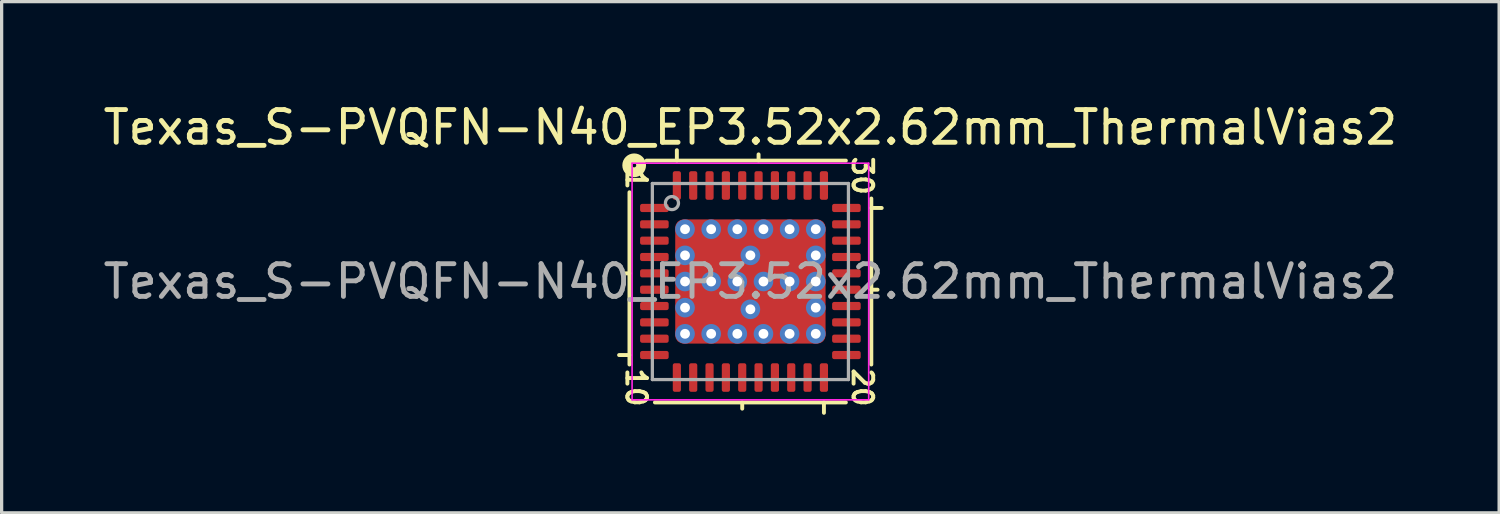
<source format=kicad_pcb>
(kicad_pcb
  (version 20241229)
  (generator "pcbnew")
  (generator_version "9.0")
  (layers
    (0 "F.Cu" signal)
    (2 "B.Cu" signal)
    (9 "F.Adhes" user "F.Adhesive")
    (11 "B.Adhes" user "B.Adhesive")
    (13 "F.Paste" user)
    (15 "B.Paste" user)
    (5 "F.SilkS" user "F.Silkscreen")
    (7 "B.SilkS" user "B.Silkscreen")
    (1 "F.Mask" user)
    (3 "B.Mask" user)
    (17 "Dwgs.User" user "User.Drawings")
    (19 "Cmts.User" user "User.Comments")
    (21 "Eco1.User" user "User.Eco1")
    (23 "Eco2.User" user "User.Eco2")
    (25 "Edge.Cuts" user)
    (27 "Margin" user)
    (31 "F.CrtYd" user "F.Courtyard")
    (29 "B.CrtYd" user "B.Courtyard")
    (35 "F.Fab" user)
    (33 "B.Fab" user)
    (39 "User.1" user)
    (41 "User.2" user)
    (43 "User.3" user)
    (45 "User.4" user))
  (footprint "Texas_S-PVQFN-N40_EP3.52x2.62mm_ThermalVias2"
    (layer "F.Cu")
    (at 19.911 5.564)
    (property "Reference" "Texas_S-PVQFN-N40_EP3.52x2.62mm_ThermalVias2" (at 0 -4.716 0) (layer "F.SilkS") (effects (font (size 1 1) (thickness 0.15))))
    (attr smd)
    (fp_line (start -3.7 -2.731) (end -3.7 2.54) (stroke (width 0.12) (type solid)) (layer "F.SilkS"))
    (fp_line (start -3.7 -0.25) (end -3.89 -0.25) (stroke (width 0.12) (type solid)) (layer "F.SilkS"))
    (fp_line (start -3.7 2.25) (end -4.018 2.25) (stroke (width 0.12) (type solid)) (layer "F.SilkS"))
    (fp_line (start -2.921 3.7) (end 2.921 3.7) (stroke (width 0.12) (type solid)) (layer "F.SilkS"))
    (fp_line (start -2.25 -3.7) (end -2.25 -4.018) (stroke (width 0.12) (type solid)) (layer "F.SilkS"))
    (fp_line (start -0.25 3.7) (end -0.25 3.89) (stroke (width 0.12) (type solid)) (layer "F.SilkS"))
    (fp_line (start 0.25 -3.7) (end 0.25 -3.89) (stroke (width 0.12) (type solid)) (layer "F.SilkS"))
    (fp_line (start 2.25 3.7) (end 2.25 4.018) (stroke (width 0.12) (type solid)) (layer "F.SilkS"))
    (fp_line (start 2.921 -3.7) (end -3.175 -3.7) (stroke (width 0.12) (type solid)) (layer "F.SilkS"))
    (fp_line (start 3.7 -2.25) (end 4.018 -2.25) (stroke (width 0.12) (type solid)) (layer "F.SilkS"))
    (fp_line (start 3.7 0.25) (end 3.89 0.25) (stroke (width 0.12) (type solid)) (layer "F.SilkS"))
    (fp_line (start 3.7 2.54) (end 3.7 -2.54) (stroke (width 0.12) (type solid)) (layer "F.SilkS"))
    (fp_circle (center -3.556 -3.556) (end -3.493 -3.556) (stroke (width 0.3) (type solid)) (fill no) (layer "F.SilkS"))
    (fp_line (start -3.62 -3.62) (end -3.62 3.62) (stroke (width 0.05) (type solid)) (layer "F.CrtYd"))
    (fp_line (start -3.62 3.62) (end 3.62 3.62) (stroke (width 0.05) (type solid)) (layer "F.CrtYd"))
    (fp_line (start 3.62 -3.62) (end -3.62 -3.62) (stroke (width 0.05) (type solid)) (layer "F.CrtYd"))
    (fp_line (start 3.62 3.62) (end 3.62 -3.62) (stroke (width 0.05) (type solid)) (layer "F.CrtYd"))
    (fp_line (start -3 -3) (end 3 -3) (stroke (width 0.1) (type solid)) (layer "F.Fab"))
    (fp_line (start -3 3) (end -3 -3) (stroke (width 0.1) (type solid)) (layer "F.Fab"))
    (fp_line (start 3 -3) (end 3 3) (stroke (width 0.1) (type solid)) (layer "F.Fab"))
    (fp_line (start 3 3) (end -3 3) (stroke (width 0.1) (type solid)) (layer "F.Fab"))
    (fp_circle (center -2.4 -2.4) (end -2.2 -2.4) (stroke (width 0.1) (type solid)) (fill no) (layer "F.Fab"))
    (fp_text user "30" (at 3.429 -3.239 270) (unlocked yes) (layer "F.SilkS") (effects (font (size 0.6 0.6) (thickness 0.12))))
    (fp_text user "20" (at 3.429 3.239 270) (unlocked yes) (layer "F.SilkS") (effects (font (size 0.6 0.6) (thickness 0.12))))
    (fp_text user "10" (at -3.493 3.239 270) (unlocked yes) (layer "F.SilkS") (effects (font (size 0.6 0.6) (thickness 0.12))))
    (fp_text user "1" (at -3.493 -3.111 270) (unlocked yes) (layer "F.SilkS") (effects (font (size 0.6 0.6) (thickness 0.12))))
    (fp_text user "${REFERENCE}" (at 0 0 0) (layer "F.Fab") (effects (font (size 1 1) (thickness 0.15))))
    (pad "" smd roundrect (at -1.35 -0.8) (size 0.5 0.7) (layers "F.Paste") (roundrect_rratio 0.25))
    (pad "" smd roundrect (at -1.35 0.8) (size 0.5 0.7) (layers "F.Paste") (roundrect_rratio 0.25))
    (pad "" smd roundrect (at -1 -0.8 270) (size 1 1.4) (layers "F.Mask") (roundrect_rratio 0.25))
    (pad "" smd roundrect (at -1 0.8 270) (size 1 1.4) (layers "F.Mask") (roundrect_rratio 0.25))
    (pad "" smd roundrect (at -0.65 -0.8) (size 0.5 0.7) (layers "F.Paste") (roundrect_rratio 0.25))
    (pad "" smd roundrect (at -0.65 0.8) (size 0.5 0.7) (layers "F.Paste") (roundrect_rratio 0.25))
    (pad "" smd roundrect (at 0.65 -0.8) (size 0.5 0.7) (layers "F.Paste") (roundrect_rratio 0.25))
    (pad "" smd roundrect (at 0.65 0.8) (size 0.5 0.7) (layers "F.Paste") (roundrect_rratio 0.25))
    (pad "" smd roundrect (at 1 -0.8 270) (size 1 1.4) (layers "F.Mask") (roundrect_rratio 0.25))
    (pad "" smd roundrect (at 1 0.8 270) (size 1 1.4) (layers "F.Mask") (roundrect_rratio 0.25))
    (pad "" smd roundrect (at 1.35 -0.8) (size 0.5 0.7) (layers "F.Paste") (roundrect_rratio 0.25))
    (pad "" smd roundrect (at 1.35 0.8) (size 0.5 0.7) (layers "F.Paste") (roundrect_rratio 0.25))
    (pad "1" smd roundrect (at -2.938 -2.25) (size 0.875 0.25) (layers "F.Cu" "F.Mask" "F.Paste") (roundrect_rratio 0.25))
    (pad "2" smd roundrect (at -2.938 -1.75) (size 0.875 0.25) (layers "F.Cu" "F.Mask" "F.Paste") (roundrect_rratio 0.25))
    (pad "3" smd roundrect (at -2.938 -1.25) (size 0.875 0.25) (layers "F.Cu" "F.Mask" "F.Paste") (roundrect_rratio 0.25))
    (pad "4" smd roundrect (at -2.938 -0.75) (size 0.875 0.25) (layers "F.Cu" "F.Mask" "F.Paste") (roundrect_rratio 0.25))
    (pad "5" smd roundrect (at -2.938 -0.25) (size 0.875 0.25) (layers "F.Cu" "F.Mask" "F.Paste") (roundrect_rratio 0.25))
    (pad "6" smd roundrect (at -2.938 0.25) (size 0.875 0.25) (layers "F.Cu" "F.Mask" "F.Paste") (roundrect_rratio 0.25))
    (pad "7" smd roundrect (at -2.938 0.75) (size 0.875 0.25) (layers "F.Cu" "F.Mask" "F.Paste") (roundrect_rratio 0.25))
    (pad "8" smd roundrect (at -2.938 1.25) (size 0.875 0.25) (layers "F.Cu" "F.Mask" "F.Paste") (roundrect_rratio 0.25))
    (pad "9" smd roundrect (at -2.938 1.75) (size 0.875 0.25) (layers "F.Cu" "F.Mask" "F.Paste") (roundrect_rratio 0.25))
    (pad "10" smd roundrect (at -2.938 2.25) (size 0.875 0.25) (layers "F.Cu" "F.Mask" "F.Paste") (roundrect_rratio 0.25))
    (pad "11" smd roundrect (at -2.25 2.938) (size 0.25 0.875) (layers "F.Cu" "F.Mask" "F.Paste") (roundrect_rratio 0.25))
    (pad "12" smd roundrect (at -1.75 2.938) (size 0.25 0.875) (layers "F.Cu" "F.Mask" "F.Paste") (roundrect_rratio 0.25))
    (pad "13" smd roundrect (at -1.25 2.938) (size 0.25 0.875) (layers "F.Cu" "F.Mask" "F.Paste") (roundrect_rratio 0.25))
    (pad "14" smd roundrect (at -0.75 2.938) (size 0.25 0.875) (layers "F.Cu" "F.Mask" "F.Paste") (roundrect_rratio 0.25))
    (pad "15" smd roundrect (at -0.25 2.938) (size 0.25 0.875) (layers "F.Cu" "F.Mask" "F.Paste") (roundrect_rratio 0.25))
    (pad "16" smd roundrect (at 0.25 2.938) (size 0.25 0.875) (layers "F.Cu" "F.Mask" "F.Paste") (roundrect_rratio 0.25))
    (pad "17" smd roundrect (at 0.75 2.938) (size 0.25 0.875) (layers "F.Cu" "F.Mask" "F.Paste") (roundrect_rratio 0.25))
    (pad "18" smd roundrect (at 1.25 2.938) (size 0.25 0.875) (layers "F.Cu" "F.Mask" "F.Paste") (roundrect_rratio 0.25))
    (pad "19" smd roundrect (at 1.75 2.938) (size 0.25 0.875) (layers "F.Cu" "F.Mask" "F.Paste") (roundrect_rratio 0.25))
    (pad "20" smd roundrect (at 2.25 2.938) (size 0.25 0.875) (layers "F.Cu" "F.Mask" "F.Paste") (roundrect_rratio 0.25))
    (pad "21" smd roundrect (at 2.938 2.25) (size 0.875 0.25) (layers "F.Cu" "F.Mask" "F.Paste") (roundrect_rratio 0.25))
    (pad "22" smd roundrect (at 2.938 1.75) (size 0.875 0.25) (layers "F.Cu" "F.Mask" "F.Paste") (roundrect_rratio 0.25))
    (pad "23" smd roundrect (at 2.938 1.25) (size 0.875 0.25) (layers "F.Cu" "F.Mask" "F.Paste") (roundrect_rratio 0.25))
    (pad "24" smd roundrect (at 2.938 0.75) (size 0.875 0.25) (layers "F.Cu" "F.Mask" "F.Paste") (roundrect_rratio 0.25))
    (pad "25" smd roundrect (at 2.938 0.25) (size 0.875 0.25) (layers "F.Cu" "F.Mask" "F.Paste") (roundrect_rratio 0.25))
    (pad "26" smd roundrect (at 2.938 -0.25) (size 0.875 0.25) (layers "F.Cu" "F.Mask" "F.Paste") (roundrect_rratio 0.25))
    (pad "27" smd roundrect (at 2.938 -0.75) (size 0.875 0.25) (layers "F.Cu" "F.Mask" "F.Paste") (roundrect_rratio 0.25))
    (pad "28" smd roundrect (at 2.938 -1.25) (size 0.875 0.25) (layers "F.Cu" "F.Mask" "F.Paste") (roundrect_rratio 0.25))
    (pad "29" smd roundrect (at 2.938 -1.75) (size 0.875 0.25) (layers "F.Cu" "F.Mask" "F.Paste") (roundrect_rratio 0.25))
    (pad "30" smd roundrect (at 2.938 -2.25) (size 0.875 0.25) (layers "F.Cu" "F.Mask" "F.Paste") (roundrect_rratio 0.25))
    (pad "31" smd roundrect (at 2.25 -2.938) (size 0.25 0.875) (layers "F.Cu" "F.Mask" "F.Paste") (roundrect_rratio 0.25))
    (pad "32" smd roundrect (at 1.75 -2.938) (size 0.25 0.875) (layers "F.Cu" "F.Mask" "F.Paste") (roundrect_rratio 0.25))
    (pad "33" smd roundrect (at 1.25 -2.938) (size 0.25 0.875) (layers "F.Cu" "F.Mask" "F.Paste") (roundrect_rratio 0.25))
    (pad "34" smd roundrect (at 0.75 -2.938) (size 0.25 0.875) (layers "F.Cu" "F.Mask" "F.Paste") (roundrect_rratio 0.25))
    (pad "35" smd roundrect (at 0.25 -2.938) (size 0.25 0.875) (layers "F.Cu" "F.Mask" "F.Paste") (roundrect_rratio 0.25))
    (pad "36" smd roundrect (at -0.25 -2.938) (size 0.25 0.875) (layers "F.Cu" "F.Mask" "F.Paste") (roundrect_rratio 0.25))
    (pad "37" smd roundrect (at -0.75 -2.938) (size 0.25 0.875) (layers "F.Cu" "F.Mask" "F.Paste") (roundrect_rratio 0.25))
    (pad "38" smd roundrect (at -1.25 -2.938) (size 0.25 0.875) (layers "F.Cu" "F.Mask" "F.Paste") (roundrect_rratio 0.25))
    (pad "39" smd roundrect (at -1.75 -2.938) (size 0.25 0.875) (layers "F.Cu" "F.Mask" "F.Paste") (roundrect_rratio 0.25))
    (pad "40" smd roundrect (at -2.25 -2.938) (size 0.25 0.875) (layers "F.Cu" "F.Mask" "F.Paste") (roundrect_rratio 0.25))
    (pad "41" thru_hole circle (at -2 -1.6 180) (size 0.6 0.6) (drill 0.3) (property pad_prop_heatsink) (layers "*.Cu" "*.Mask"))
    (pad "41" thru_hole circle (at -2 -0.8 180) (size 0.6 0.6) (drill 0.3) (property pad_prop_heatsink) (layers "*.Cu" "*.Mask"))
    (pad "41" thru_hole circle (at -2 0 180) (size 0.6 0.6) (drill 0.3) (property pad_prop_heatsink) (layers "*.Cu" "*.Mask"))
    (pad "41" thru_hole circle (at -2 0.8 180) (size 0.6 0.6) (drill 0.3) (property pad_prop_heatsink) (layers "*.Cu" "*.Mask"))
    (pad "41" thru_hole circle (at -2 1.6 180) (size 0.6 0.6) (drill 0.3) (property pad_prop_heatsink) (layers "*.Cu" "*.Mask"))
    (pad "41" thru_hole circle (at -1.2 -1.6 180) (size 0.6 0.6) (drill 0.3) (property pad_prop_heatsink) (layers "*.Cu" "*.Mask"))
    (pad "41" thru_hole circle (at -1.2 0 180) (size 0.6 0.6) (drill 0.3) (property pad_prop_heatsink) (layers "*.Cu" "*.Mask"))
    (pad "41" thru_hole circle (at -1.2 1.6 180) (size 0.6 0.6) (drill 0.3) (property pad_prop_heatsink) (layers "*.Cu" "*.Mask"))
    (pad "41" thru_hole circle (at -0.4 -1.6 180) (size 0.6 0.6) (drill 0.3) (property pad_prop_heatsink) (layers "*.Cu" "*.Mask"))
    (pad "41" thru_hole circle (at -0.4 0 180) (size 0.6 0.6) (drill 0.3) (property pad_prop_heatsink) (layers "*.Cu" "*.Mask"))
    (pad "41" thru_hole circle (at -0.4 1.6 180) (size 0.6 0.6) (drill 0.3) (property pad_prop_heatsink) (layers "*.Cu" "*.Mask"))
    (pad "41" thru_hole circle (at 0 -0.8 180) (size 0.6 0.6) (drill 0.3) (property pad_prop_heatsink) (layers "*.Cu" "*.Mask"))
    (pad "41" smd roundrect (at 0 0) (size 4.6 3.8) (layers "F.Cu") (roundrect_rratio 0.066))
    (pad "41" thru_hole circle (at 0 0.85 180) (size 0.6 0.6) (drill 0.3) (property pad_prop_heatsink) (layers "*.Cu" "*.Mask"))
    (pad "41" thru_hole circle (at 0.4 -1.6 180) (size 0.6 0.6) (drill 0.3) (property pad_prop_heatsink) (layers "*.Cu" "*.Mask"))
    (pad "41" thru_hole circle (at 0.4 0 180) (size 0.6 0.6) (drill 0.3) (property pad_prop_heatsink) (layers "*.Cu" "*.Mask"))
    (pad "41" thru_hole circle (at 0.4 1.6 180) (size 0.6 0.6) (drill 0.3) (property pad_prop_heatsink) (layers "*.Cu" "*.Mask"))
    (pad "41" thru_hole circle (at 1.2 -1.6 180) (size 0.6 0.6) (drill 0.3) (property pad_prop_heatsink) (layers "*.Cu" "*.Mask"))
    (pad "41" thru_hole circle (at 1.2 0 180) (size 0.6 0.6) (drill 0.3) (property pad_prop_heatsink) (layers "*.Cu" "*.Mask"))
    (pad "41" thru_hole circle (at 1.2 1.6 180) (size 0.6 0.6) (drill 0.3) (property pad_prop_heatsink) (layers "*.Cu" "*.Mask"))
    (pad "41" thru_hole circle (at 2 -1.6 180) (size 0.6 0.6) (drill 0.3) (property pad_prop_heatsink) (layers "*.Cu" "*.Mask"))
    (pad "41" thru_hole circle (at 2 -0.8 180) (size 0.6 0.6) (drill 0.3) (property pad_prop_heatsink) (layers "*.Cu" "*.Mask"))
    (pad "41" thru_hole circle (at 2 0 180) (size 0.6 0.6) (drill 0.3) (property pad_prop_heatsink) (layers "*.Cu" "*.Mask"))
    (pad "41" thru_hole circle (at 2 0.8 180) (size 0.6 0.6) (drill 0.3) (property pad_prop_heatsink) (layers "*.Cu" "*.Mask"))
    (pad "41" thru_hole circle (at 2 1.6 180) (size 0.6 0.6) (drill 0.3) (property pad_prop_heatsink) (layers "*.Cu" "*.Mask")))
  (gr_rect
    (start -3 -3)
    (end 42.821 12.642)
    (stroke (width 0.1) (type default))
    (fill no)
    (layer "Edge.Cuts")))
</source>
